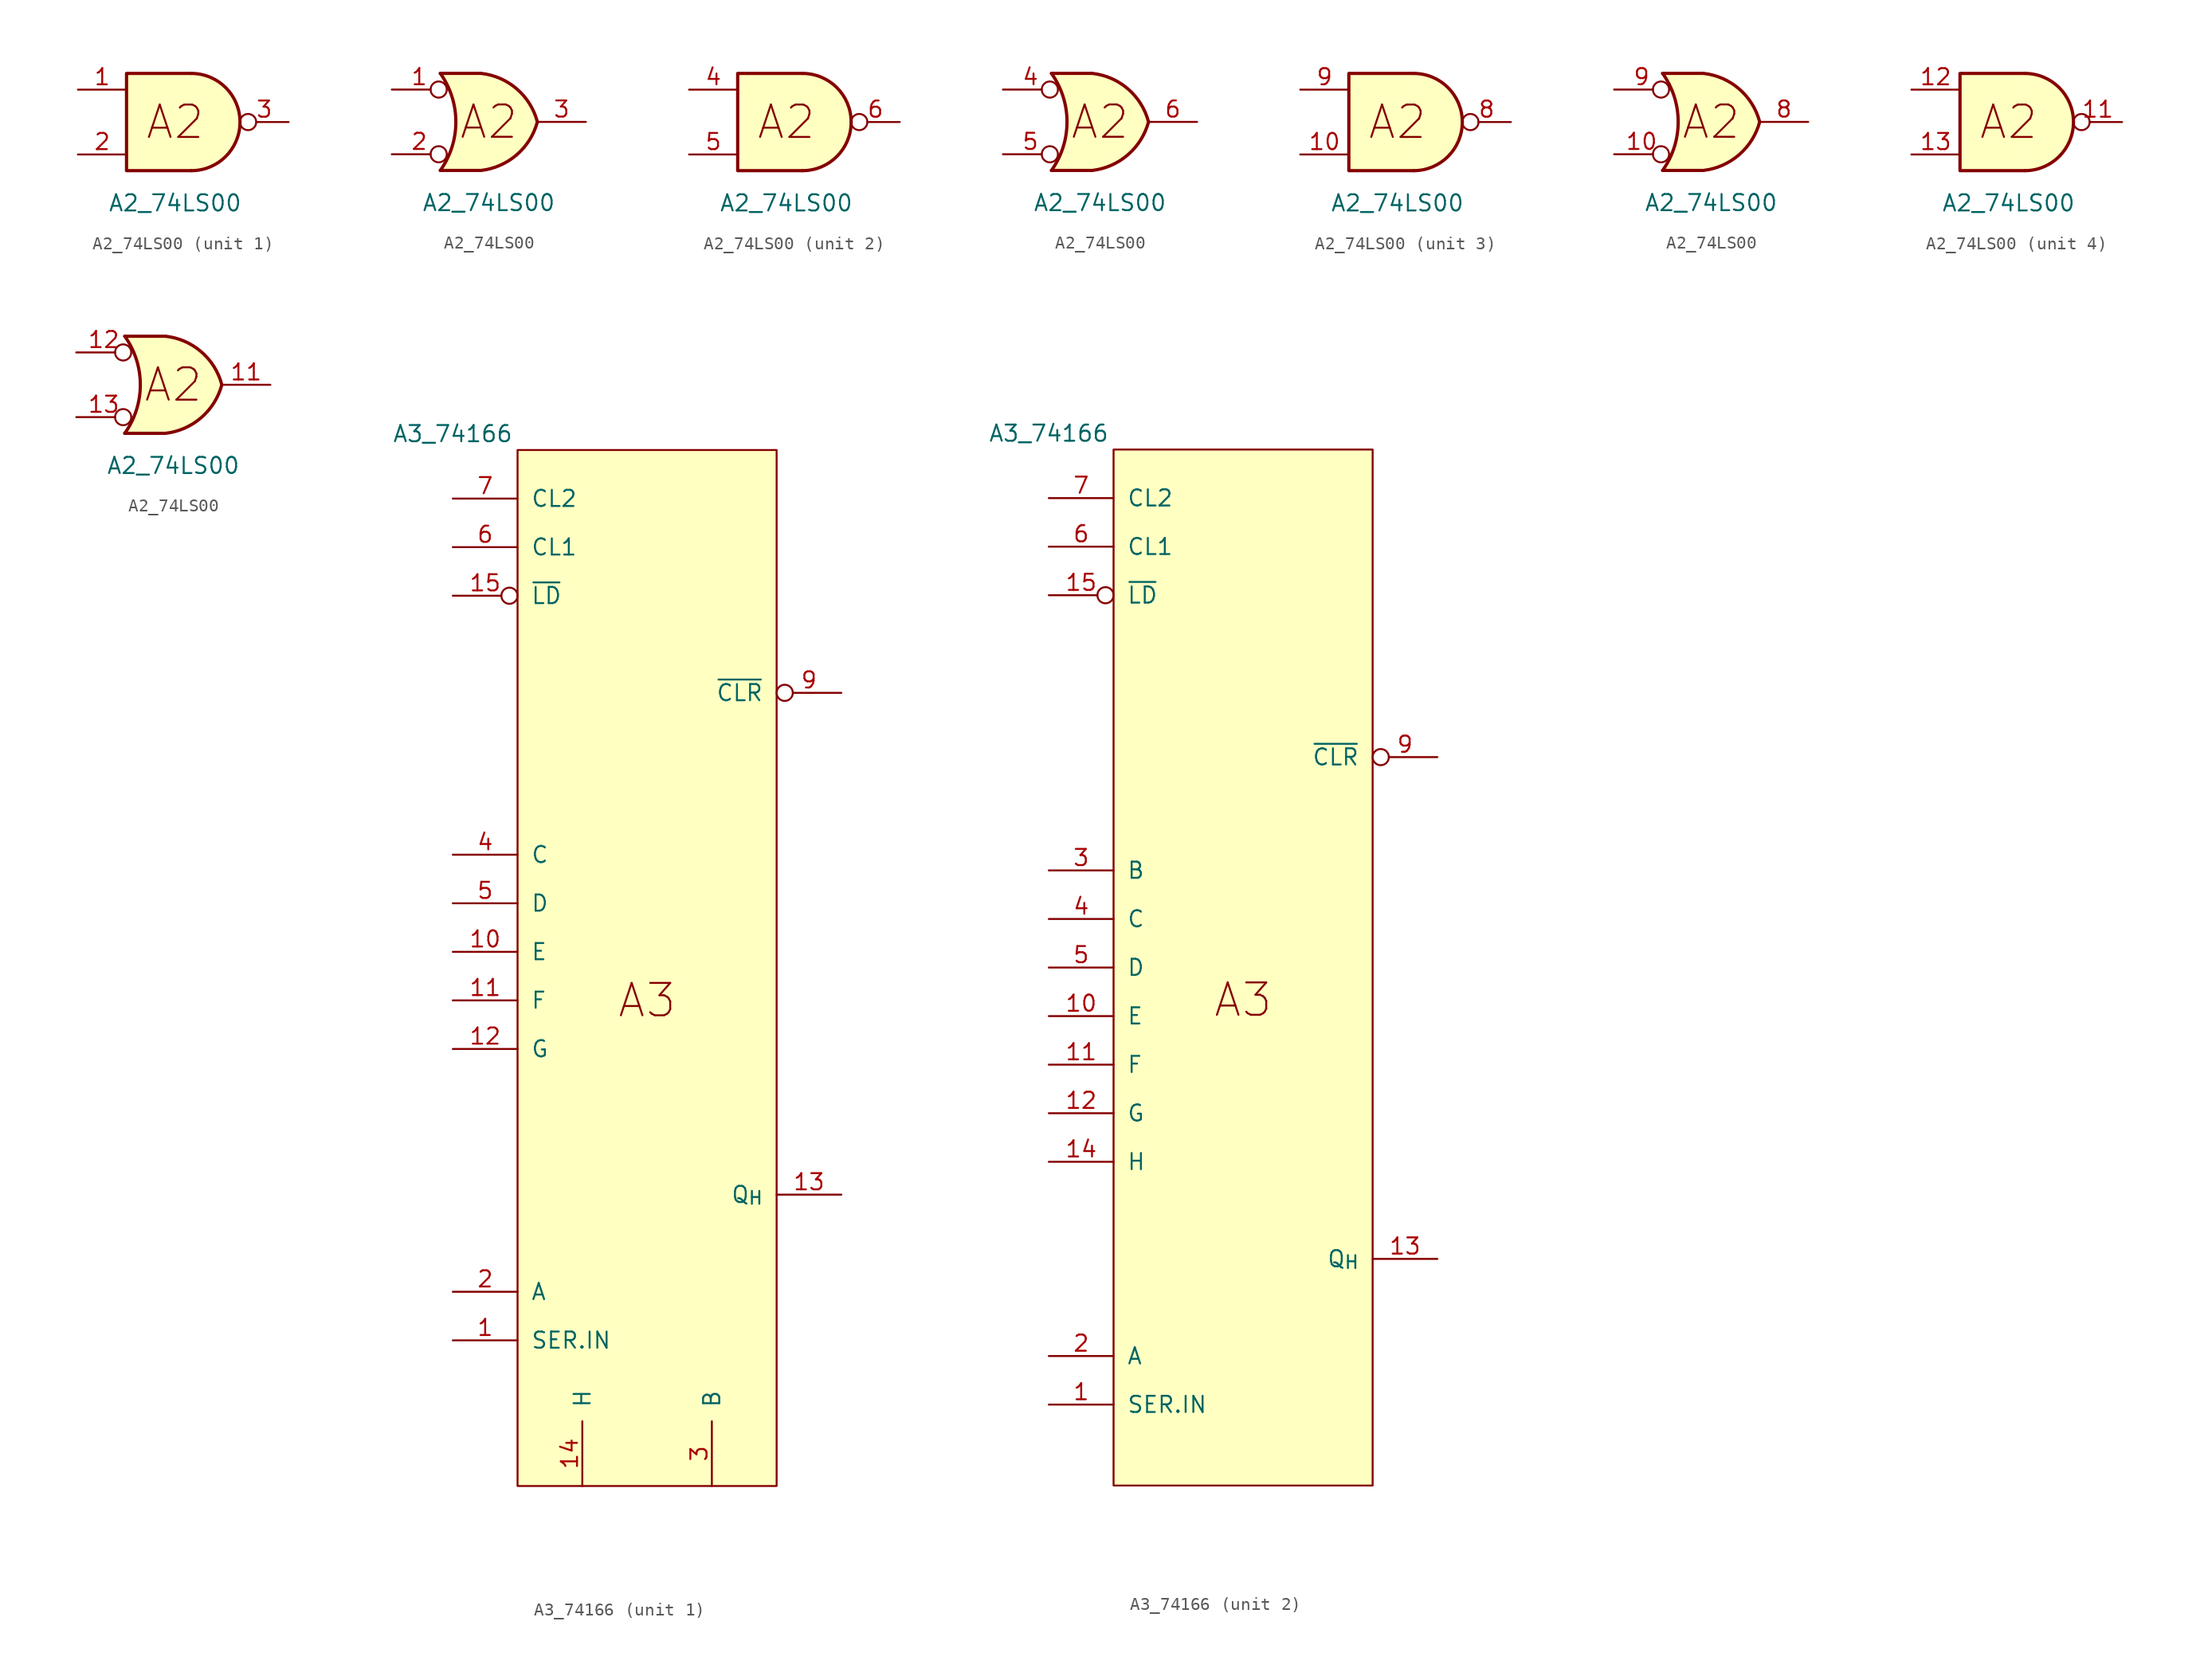
<source format=kicad_sym>
(kicad_symbol_lib
  (version 20211014)
  (generator kicad_symbol_editor)
  (symbol "A2_74LS00"
    (pin_names
      (offset 1.016))
    (property "Reference" "U"
      (at 0 13.97 0)
      (effects (font (size 1.27 1.27)) hide))
    (property "Value" "A2_74LS00"
      (at 0 -6.35 0)
      (effects (font (size 1.27 1.27))))
    (symbol "A2_74LS00_0_0"
      (text "A2" (at 0 0 0) (effects (font (size 2.54 2.54)))))
    (symbol "A2_74LS00_0_1"
      (polyline (pts (xy 1.27 3.81) (xy -3.81 3.81) (xy -3.81 -3.81) (xy 1.27 -3.81)) (stroke (width 0.254) (type default) (color 0 0 0 0)) (fill (type background)))
      (arc (start 1.27 -3.81) (mid 5.08 0) (end 1.27 3.81) (stroke (width 0.254) (type default) (color 0 0 0 0)) (fill (type background))))
    (symbol "A2_74LS00_1_1"
      (pin input line (at -7.62 2.54 0) (length 3.81) (name "~" (effects (font (size 1.27 1.27)))) (number "1" (effects (font (size 1.27 1.27)))))
      (pin input line (at -7.62 -2.54 0) (length 3.81) (name "~" (effects (font (size 1.27 1.27)))) (number "2" (effects (font (size 1.27 1.27)))))
      (pin output inverted (at 8.89 0 180) (length 3.81) (name "~" (effects (font (size 1.27 1.27)))) (number "3" (effects (font (size 1.27 1.27))))))
    (symbol "A2_74LS00_1_2"
      (arc (start -3.81 -3.81) (mid -2.589 0) (end -3.81 3.81) (stroke (width 0.254) (type default) (color 0 0 0 0)) (fill (type none)))
      (arc (start -0.6096 -3.81) (mid 2.1842 -2.5851) (end 3.81 0) (stroke (width 0.254) (type default) (color 0 0 0 0)) (fill (type background)))
      (polyline (pts (xy -3.81 -3.81) (xy -0.635 -3.81)) (stroke (width 0.254) (type default) (color 0 0 0 0)) (fill (type background)))
      (polyline (pts (xy -3.81 3.81) (xy -0.635 3.81)) (stroke (width 0.254) (type default) (color 0 0 0 0)) (fill (type background)))
      (polyline (pts (xy -0.635 3.81) (xy -3.81 3.81) (xy -3.81 3.81) (xy -3.556 3.404) (xy -3.023 2.261) (xy -2.692 1.041) (xy -2.616 -0.254) (xy -2.769 -1.499) (xy -3.175 -2.718) (xy -3.81 -3.81) (xy -3.81 -3.81) (xy -0.635 -3.81)) (stroke (width -25.4) (type default) (color 0 0 0 0)) (fill (type background)))
      (arc (start 3.81 0) (mid 2.1915 2.5936) (end -0.6096 3.81) (stroke (width 0.254) (type default) (color 0 0 0 0)) (fill (type background)))
      (pin input inverted (at -7.62 2.54 0) (length 4.318) (name "~" (effects (font (size 1.27 1.27)))) (number "1" (effects (font (size 1.27 1.27)))))
      (pin input inverted (at -7.62 -2.54 0) (length 4.318) (name "~" (effects (font (size 1.27 1.27)))) (number "2" (effects (font (size 1.27 1.27)))))
      (pin output line (at 7.62 0 180) (length 3.81) (name "~" (effects (font (size 1.27 1.27)))) (number "3" (effects (font (size 1.27 1.27))))))
    (symbol "A2_74LS00_2_1"
      (pin input line (at -7.62 2.54 0) (length 3.81) (name "~" (effects (font (size 1.27 1.27)))) (number "4" (effects (font (size 1.27 1.27)))))
      (pin input line (at -7.62 -2.54 0) (length 3.81) (name "~" (effects (font (size 1.27 1.27)))) (number "5" (effects (font (size 1.27 1.27)))))
      (pin output inverted (at 8.89 0 180) (length 3.81) (name "~" (effects (font (size 1.27 1.27)))) (number "6" (effects (font (size 1.27 1.27))))))
    (symbol "A2_74LS00_2_2"
      (arc (start -3.81 -3.81) (mid -2.589 0) (end -3.81 3.81) (stroke (width 0.254) (type default) (color 0 0 0 0)) (fill (type none)))
      (arc (start -0.6096 -3.81) (mid 2.1842 -2.5851) (end 3.81 0) (stroke (width 0.254) (type default) (color 0 0 0 0)) (fill (type background)))
      (polyline (pts (xy -3.81 -3.81) (xy -0.635 -3.81)) (stroke (width 0.254) (type default) (color 0 0 0 0)) (fill (type background)))
      (polyline (pts (xy -3.81 3.81) (xy -0.635 3.81)) (stroke (width 0.254) (type default) (color 0 0 0 0)) (fill (type background)))
      (polyline (pts (xy -0.635 3.81) (xy -3.81 3.81) (xy -3.81 3.81) (xy -3.556 3.404) (xy -3.023 2.261) (xy -2.692 1.041) (xy -2.616 -0.254) (xy -2.769 -1.499) (xy -3.175 -2.718) (xy -3.81 -3.81) (xy -3.81 -3.81) (xy -0.635 -3.81)) (stroke (width -25.4) (type default) (color 0 0 0 0)) (fill (type background)))
      (arc (start 3.81 0) (mid 2.1915 2.5936) (end -0.6096 3.81) (stroke (width 0.254) (type default) (color 0 0 0 0)) (fill (type background)))
      (pin input inverted (at -7.62 2.54 0) (length 4.318) (name "~" (effects (font (size 1.27 1.27)))) (number "4" (effects (font (size 1.27 1.27)))))
      (pin input inverted (at -7.62 -2.54 0) (length 4.318) (name "~" (effects (font (size 1.27 1.27)))) (number "5" (effects (font (size 1.27 1.27)))))
      (pin output line (at 7.62 0 180) (length 3.81) (name "~" (effects (font (size 1.27 1.27)))) (number "6" (effects (font (size 1.27 1.27))))))
    (symbol "A2_74LS00_3_1"
      (pin input line (at -7.62 -2.54 0) (length 3.81) (name "~" (effects (font (size 1.27 1.27)))) (number "10" (effects (font (size 1.27 1.27)))))
      (pin output inverted (at 8.89 0 180) (length 3.81) (name "~" (effects (font (size 1.27 1.27)))) (number "8" (effects (font (size 1.27 1.27)))))
      (pin input line (at -7.62 2.54 0) (length 3.81) (name "~" (effects (font (size 1.27 1.27)))) (number "9" (effects (font (size 1.27 1.27))))))
    (symbol "A2_74LS00_3_2"
      (arc (start -3.81 -3.81) (mid -2.589 0) (end -3.81 3.81) (stroke (width 0.254) (type default) (color 0 0 0 0)) (fill (type none)))
      (arc (start -0.6096 -3.81) (mid 2.1842 -2.5851) (end 3.81 0) (stroke (width 0.254) (type default) (color 0 0 0 0)) (fill (type background)))
      (polyline (pts (xy -3.81 -3.81) (xy -0.635 -3.81)) (stroke (width 0.254) (type default) (color 0 0 0 0)) (fill (type background)))
      (polyline (pts (xy -3.81 3.81) (xy -0.635 3.81)) (stroke (width 0.254) (type default) (color 0 0 0 0)) (fill (type background)))
      (polyline (pts (xy -0.635 3.81) (xy -3.81 3.81) (xy -3.81 3.81) (xy -3.556 3.404) (xy -3.023 2.261) (xy -2.692 1.041) (xy -2.616 -0.254) (xy -2.769 -1.499) (xy -3.175 -2.718) (xy -3.81 -3.81) (xy -3.81 -3.81) (xy -0.635 -3.81)) (stroke (width -25.4) (type default) (color 0 0 0 0)) (fill (type background)))
      (arc (start 3.81 0) (mid 2.1915 2.5936) (end -0.6096 3.81) (stroke (width 0.254) (type default) (color 0 0 0 0)) (fill (type background)))
      (pin input inverted (at -7.62 -2.54 0) (length 4.318) (name "~" (effects (font (size 1.27 1.27)))) (number "10" (effects (font (size 1.27 1.27)))))
      (pin output line (at 7.62 0 180) (length 3.81) (name "~" (effects (font (size 1.27 1.27)))) (number "8" (effects (font (size 1.27 1.27)))))
      (pin input inverted (at -7.62 2.54 0) (length 4.318) (name "~" (effects (font (size 1.27 1.27)))) (number "9" (effects (font (size 1.27 1.27))))))
    (symbol "A2_74LS00_4_1"
      (pin output inverted (at 8.89 0 180) (length 3.81) (name "~" (effects (font (size 1.27 1.27)))) (number "11" (effects (font (size 1.27 1.27)))))
      (pin input line (at -7.62 2.54 0) (length 3.81) (name "~" (effects (font (size 1.27 1.27)))) (number "12" (effects (font (size 1.27 1.27)))))
      (pin input line (at -7.62 -2.54 0) (length 3.81) (name "~" (effects (font (size 1.27 1.27)))) (number "13" (effects (font (size 1.27 1.27))))))
    (symbol "A2_74LS00_4_2"
      (arc (start -3.81 -3.81) (mid -2.589 0) (end -3.81 3.81) (stroke (width 0.254) (type default) (color 0 0 0 0)) (fill (type none)))
      (arc (start -0.6096 -3.81) (mid 2.1842 -2.5851) (end 3.81 0) (stroke (width 0.254) (type default) (color 0 0 0 0)) (fill (type background)))
      (polyline (pts (xy -3.81 -3.81) (xy -0.635 -3.81)) (stroke (width 0.254) (type default) (color 0 0 0 0)) (fill (type background)))
      (polyline (pts (xy -3.81 3.81) (xy -0.635 3.81)) (stroke (width 0.254) (type default) (color 0 0 0 0)) (fill (type background)))
      (polyline (pts (xy -0.635 3.81) (xy -3.81 3.81) (xy -3.81 3.81) (xy -3.556 3.404) (xy -3.023 2.261) (xy -2.692 1.041) (xy -2.616 -0.254) (xy -2.769 -1.499) (xy -3.175 -2.718) (xy -3.81 -3.81) (xy -3.81 -3.81) (xy -0.635 -3.81)) (stroke (width -25.4) (type default) (color 0 0 0 0)) (fill (type background)))
      (arc (start 3.81 0) (mid 2.1915 2.5936) (end -0.6096 3.81) (stroke (width 0.254) (type default) (color 0 0 0 0)) (fill (type background)))
      (pin output line (at 7.62 0 180) (length 3.81) (name "~" (effects (font (size 1.27 1.27)))) (number "11" (effects (font (size 1.27 1.27)))))
      (pin input inverted (at -7.62 2.54 0) (length 4.318) (name "~" (effects (font (size 1.27 1.27)))) (number "12" (effects (font (size 1.27 1.27)))))
      (pin input inverted (at -7.62 -2.54 0) (length 4.318) (name "~" (effects (font (size 1.27 1.27)))) (number "13" (effects (font (size 1.27 1.27)))))))
  (symbol "A3_74166"
    (pin_names
      (offset 1.016))
    (property "Reference" "U"
      (at -49.53 25.4 0)
      (effects (font (size 1.27 1.27)) hide))
    (property "Value" "A3_74166"
      (at -5.08 1.27 0)
      (effects (font (size 1.27 1.27))))
    (property "ki_locked" ""
      (at 0 0 0)
      (effects (font (size 1.27 1.27))))
    (symbol "A3_74166_0_0"
      (text "A3" (at 10.16 -43.18 0) (effects (font (size 2.54 2.54)))))
    (symbol "A3_74166_0_1"
      (rectangle (start 0 0) (end 20.32 -81.28) (stroke (width 0) (type default) (color 0 0 0 0)) (fill (type background))))
    (symbol "A3_74166_1_0"
      (pin input line (at -5.08 -69.85 0) (length 5.08) (name "SER.IN" (effects (font (size 1.27 1.27)))) (number "1" (effects (font (size 1.27 1.27)))))
      (pin input line (at -5.08 -39.37 0) (length 5.08) (name "E" (effects (font (size 1.27 1.27)))) (number "10" (effects (font (size 1.27 1.27)))))
      (pin input line (at -5.08 -43.18 0) (length 5.08) (name "F" (effects (font (size 1.27 1.27)))) (number "11" (effects (font (size 1.27 1.27)))))
      (pin input line (at -5.08 -46.99 0) (length 5.08) (name "G" (effects (font (size 1.27 1.27)))) (number "12" (effects (font (size 1.27 1.27)))))
      (pin output line (at 25.4 -58.42 180) (length 5.08) (name "Q_{H}" (effects (font (size 1.27 1.27)))) (number "13" (effects (font (size 1.27 1.27)))))
      (pin input line (at 5.08 -81.28 90) (length 5.08) (name "H" (effects (font (size 1.27 1.27)))) (number "14" (effects (font (size 1.27 1.27)))))
      (pin input inverted (at -5.08 -11.43 0) (length 5.08) (name "~{LD}" (effects (font (size 1.27 1.27)))) (number "15" (effects (font (size 1.27 1.27)))))
      (pin input line (at -5.08 -66.04 0) (length 5.08) (name "A" (effects (font (size 1.27 1.27)))) (number "2" (effects (font (size 1.27 1.27)))))
      (pin input line (at 15.24 -81.28 90) (length 5.08) (name "B" (effects (font (size 1.27 1.27)))) (number "3" (effects (font (size 1.27 1.27)))))
      (pin input line (at -5.08 -31.75 0) (length 5.08) (name "C" (effects (font (size 1.27 1.27)))) (number "4" (effects (font (size 1.27 1.27)))))
      (pin input line (at -5.08 -35.56 0) (length 5.08) (name "D" (effects (font (size 1.27 1.27)))) (number "5" (effects (font (size 1.27 1.27)))))
      (pin input line (at -5.08 -7.62 0) (length 5.08) (name "CL1" (effects (font (size 1.27 1.27)))) (number "6" (effects (font (size 1.27 1.27)))))
      (pin input line (at -5.08 -3.81 0) (length 5.08) (name "CL2" (effects (font (size 1.27 1.27)))) (number "7" (effects (font (size 1.27 1.27)))))
      (pin input inverted (at 25.4 -19.05 180) (length 5.08) (name "~{CLR}" (effects (font (size 1.27 1.27)))) (number "9" (effects (font (size 1.27 1.27))))))
    (symbol "A3_74166_2_0"
      (pin input line (at -5.08 -74.93 0) (length 5.08) (name "SER.IN" (effects (font (size 1.27 1.27)))) (number "1" (effects (font (size 1.27 1.27)))))
      (pin input line (at -5.08 -44.45 0) (length 5.08) (name "E" (effects (font (size 1.27 1.27)))) (number "10" (effects (font (size 1.27 1.27)))))
      (pin input line (at -5.08 -48.26 0) (length 5.08) (name "F" (effects (font (size 1.27 1.27)))) (number "11" (effects (font (size 1.27 1.27)))))
      (pin input line (at -5.08 -52.07 0) (length 5.08) (name "G" (effects (font (size 1.27 1.27)))) (number "12" (effects (font (size 1.27 1.27)))))
      (pin output line (at 25.4 -63.5 180) (length 5.08) (name "Q_{H}" (effects (font (size 1.27 1.27)))) (number "13" (effects (font (size 1.27 1.27)))))
      (pin input line (at -5.08 -55.88 0) (length 5.08) (name "H" (effects (font (size 1.27 1.27)))) (number "14" (effects (font (size 1.27 1.27)))))
      (pin input inverted (at -5.08 -11.43 0) (length 5.08) (name "~{LD}" (effects (font (size 1.27 1.27)))) (number "15" (effects (font (size 1.27 1.27)))))
      (pin input line (at -5.08 -71.12 0) (length 5.08) (name "A" (effects (font (size 1.27 1.27)))) (number "2" (effects (font (size 1.27 1.27)))))
      (pin input line (at -5.08 -33.02 0) (length 5.08) (name "B" (effects (font (size 1.27 1.27)))) (number "3" (effects (font (size 1.27 1.27)))))
      (pin input line (at -5.08 -36.83 0) (length 5.08) (name "C" (effects (font (size 1.27 1.27)))) (number "4" (effects (font (size 1.27 1.27)))))
      (pin input line (at -5.08 -40.64 0) (length 5.08) (name "D" (effects (font (size 1.27 1.27)))) (number "5" (effects (font (size 1.27 1.27)))))
      (pin input line (at -5.08 -7.62 0) (length 5.08) (name "CL1" (effects (font (size 1.27 1.27)))) (number "6" (effects (font (size 1.27 1.27)))))
      (pin input line (at -5.08 -3.81 0) (length 5.08) (name "CL2" (effects (font (size 1.27 1.27)))) (number "7" (effects (font (size 1.27 1.27)))))
      (pin input inverted (at 25.4 -24.13 180) (length 5.08) (name "~{CLR}" (effects (font (size 1.27 1.27)))) (number "9" (effects (font (size 1.27 1.27))))))))
</source>
